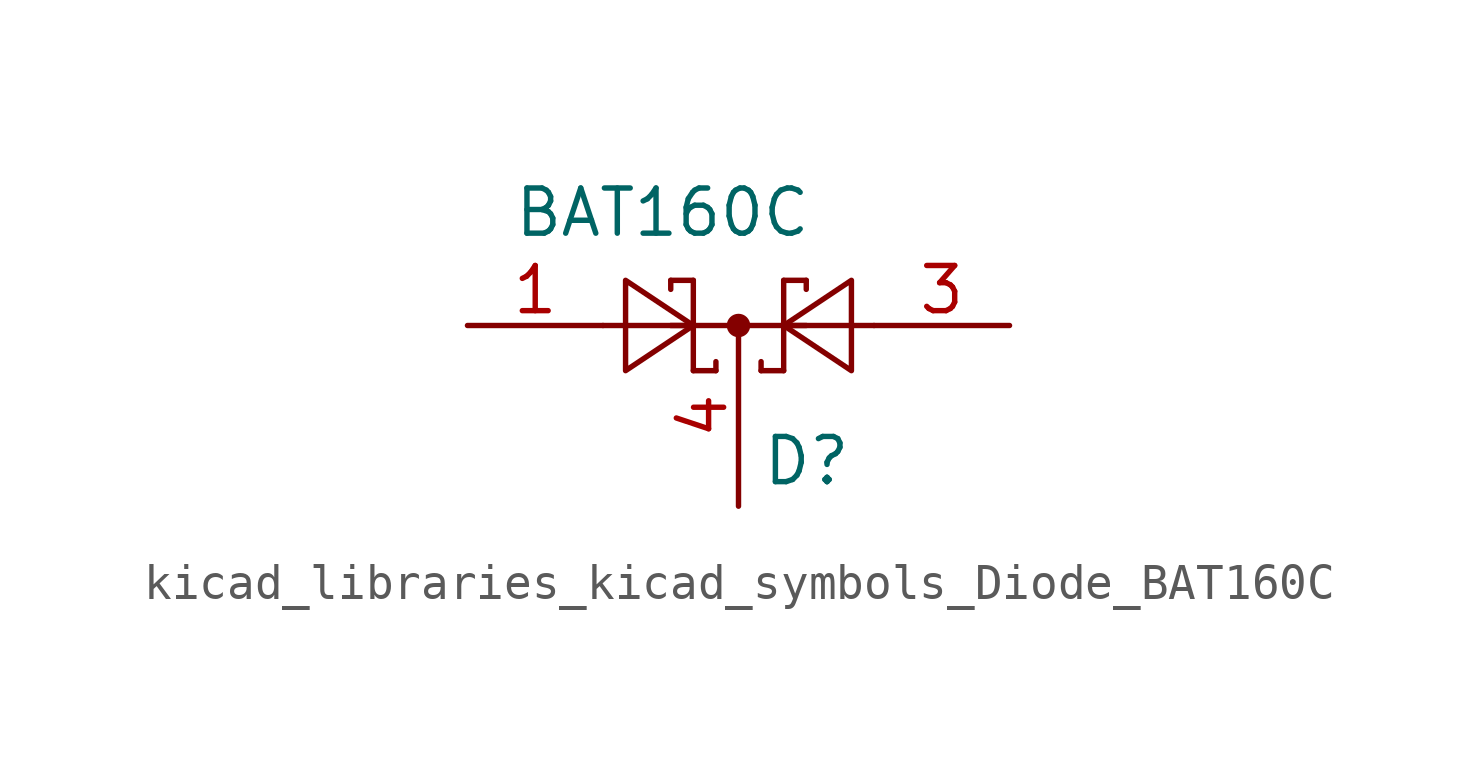
<source format=kicad_sym>
(kicad_symbol_lib
  (version 20220914)
  (generator kicad_symbol_editor)
  (symbol "kicad_libraries_kicad_symbols_Diode_BAT160C"
    (property "Reference" "D"
      (at 0.635 -3.81 0)
      (effects (font (size 1.27 1.27)) (justify left)))
    (property "Value" "BAT160C"
      (at -6.35 3.175 0)
      (effects (font (size 1.27 1.27)) (justify left)))
    (symbol "kicad_libraries_kicad_symbols_Diode_BAT160C_0_1"
      (polyline (pts (xy -1.905 0) (xy 1.905 0)) (stroke (width 0) (type default)) (fill (type none)))
      (polyline (pts (xy -1.905 1.27) (xy -1.905 1.016)) (stroke (width 0) (type default)) (fill (type none)))
      (polyline (pts (xy -1.27 -1.27) (xy -0.635 -1.27)) (stroke (width 0) (type default)) (fill (type none)))
      (polyline (pts (xy -1.27 0) (xy -3.81 0)) (stroke (width 0) (type default)) (fill (type none)))
      (polyline (pts (xy -1.27 1.27) (xy -1.905 1.27)) (stroke (width 0) (type default)) (fill (type none)))
      (polyline (pts (xy -1.27 1.27) (xy -1.27 -1.27)) (stroke (width 0) (type default)) (fill (type none)))
      (polyline (pts (xy -0.635 -1.27) (xy -0.635 -1.016)) (stroke (width 0) (type default)) (fill (type none)))
      (polyline (pts (xy 0.635 -1.27) (xy 0.635 -1.016)) (stroke (width 0) (type default)) (fill (type none)))
      (polyline (pts (xy 1.27 -1.27) (xy 0.635 -1.27)) (stroke (width 0) (type default)) (fill (type none)))
      (polyline (pts (xy 1.27 1.27) (xy 1.27 -1.27)) (stroke (width 0) (type default)) (fill (type none)))
      (polyline (pts (xy 1.27 1.27) (xy 1.905 1.27)) (stroke (width 0) (type default)) (fill (type none)))
      (polyline (pts (xy 1.905 1.27) (xy 1.905 1.016)) (stroke (width 0) (type default)) (fill (type none)))
      (polyline (pts (xy 3.81 0) (xy 1.27 0)) (stroke (width 0) (type default)) (fill (type none)))
      (polyline (pts (xy -3.175 -1.27) (xy -3.175 1.27) (xy -1.27 0) (xy -3.175 -1.27)) (stroke (width 0) (type default)) (fill (type none)))
      (polyline (pts (xy 3.175 -1.27) (xy 3.175 1.27) (xy 1.27 0) (xy 3.175 -1.27)) (stroke (width 0) (type default)) (fill (type none)))
      (circle (center 0 0) (radius 0.254) (stroke (width 0) (type default)) (fill (type outline))))
    (symbol "kicad_libraries_kicad_symbols_Diode_BAT160C_1_1"
      (pin passive line (at -7.62 0 0) (length 3.81) (name "~" (effects (font (size 1.27 1.27)))) (number "1" (effects (font (size 1.27 1.27)))))
      (pin no_connect line (at 0 0 270) (length 2.54) hide (name "NC" (effects (font (size 1.27 1.27)))) (number "2" (effects (font (size 1.27 1.27)))))
      (pin passive line (at 7.62 0 180) (length 3.81) (name "~" (effects (font (size 1.27 1.27)))) (number "3" (effects (font (size 1.27 1.27)))))
      (pin passive line (at 0 -5.08 90) (length 5.08) (name "~" (effects (font (size 1.27 1.27)))) (number "4" (effects (font (size 1.27 1.27))))))))
</source>
